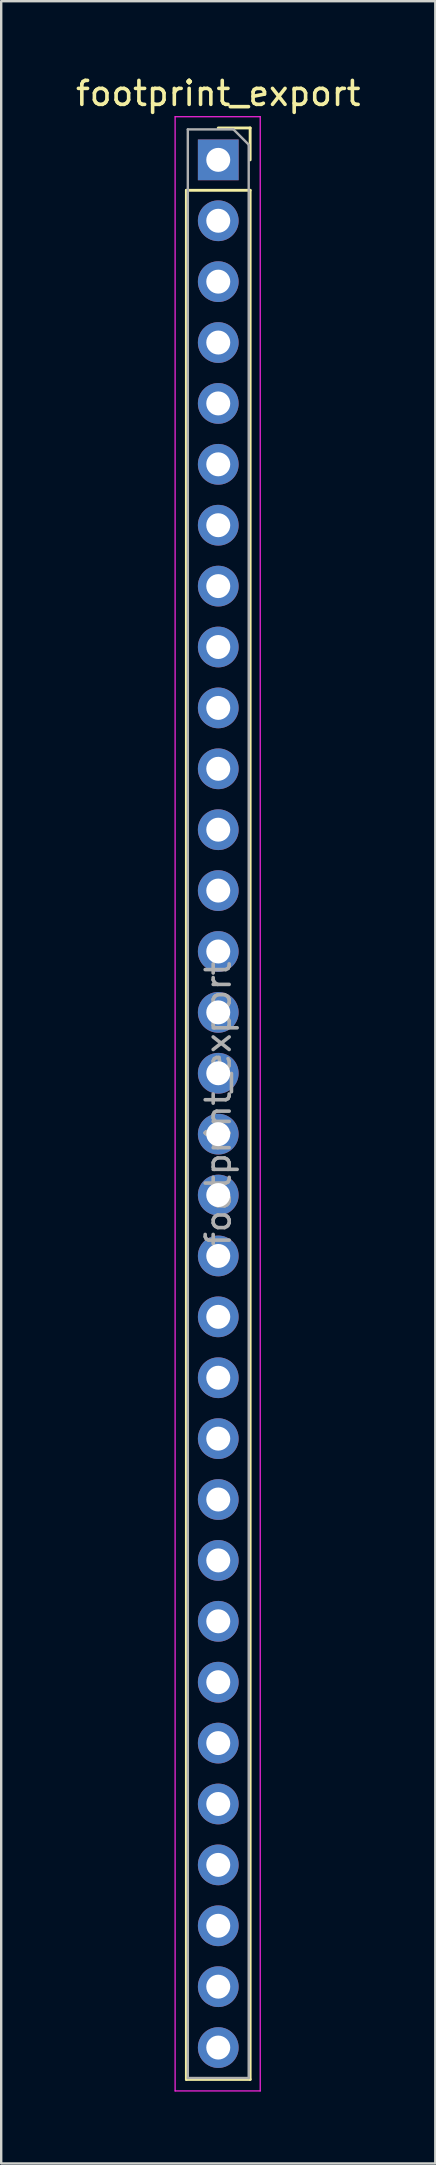
<source format=kicad_pcb>
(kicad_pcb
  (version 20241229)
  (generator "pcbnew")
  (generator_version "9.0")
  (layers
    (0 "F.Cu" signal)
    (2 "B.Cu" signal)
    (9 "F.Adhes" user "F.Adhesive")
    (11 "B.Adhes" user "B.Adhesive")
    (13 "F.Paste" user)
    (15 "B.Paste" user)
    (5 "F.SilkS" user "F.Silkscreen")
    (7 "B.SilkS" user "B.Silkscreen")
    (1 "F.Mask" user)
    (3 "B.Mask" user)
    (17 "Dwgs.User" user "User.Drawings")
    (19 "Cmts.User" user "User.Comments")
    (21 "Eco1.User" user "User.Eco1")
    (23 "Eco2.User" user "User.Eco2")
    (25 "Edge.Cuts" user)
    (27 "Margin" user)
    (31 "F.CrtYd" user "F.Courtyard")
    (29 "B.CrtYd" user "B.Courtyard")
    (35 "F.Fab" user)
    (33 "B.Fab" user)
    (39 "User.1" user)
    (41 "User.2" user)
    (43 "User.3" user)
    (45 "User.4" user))
  (footprint "footprint_export"
    (layer "F.Cu")
    (at 6.054 3.618)
    (property "Reference" "footprint_export" (at 0 -2.77 0) (layer "F.SilkS") (effects (font (size 1 1) (thickness 0.15))))
    (attr through_hole)
    (fp_line (start -1.33 1.27) (end -1.33 80.07) (stroke (width 0.12) (type solid)) (layer "F.SilkS"))
    (fp_line (start -1.33 1.27) (end 1.33 1.27) (stroke (width 0.12) (type solid)) (layer "F.SilkS"))
    (fp_line (start -1.33 80.07) (end 1.33 80.07) (stroke (width 0.12) (type solid)) (layer "F.SilkS"))
    (fp_line (start 0 -1.33) (end 1.33 -1.33) (stroke (width 0.12) (type solid)) (layer "F.SilkS"))
    (fp_line (start 1.33 -1.33) (end 1.33 0) (stroke (width 0.12) (type solid)) (layer "F.SilkS"))
    (fp_line (start 1.33 1.27) (end 1.33 80.07) (stroke (width 0.12) (type solid)) (layer "F.SilkS"))
    (fp_line (start -1.8 -1.8) (end 1.75 -1.8) (stroke (width 0.05) (type solid)) (layer "F.CrtYd"))
    (fp_line (start -1.8 80.55) (end -1.8 -1.8) (stroke (width 0.05) (type solid)) (layer "F.CrtYd"))
    (fp_line (start 1.75 -1.8) (end 1.75 80.55) (stroke (width 0.05) (type solid)) (layer "F.CrtYd"))
    (fp_line (start 1.75 80.55) (end -1.8 80.55) (stroke (width 0.05) (type solid)) (layer "F.CrtYd"))
    (fp_line (start -1.27 -1.27) (end 0.635 -1.27) (stroke (width 0.1) (type solid)) (layer "F.Fab"))
    (fp_line (start -1.27 80.01) (end -1.27 -1.27) (stroke (width 0.1) (type solid)) (layer "F.Fab"))
    (fp_line (start 0.635 -1.27) (end 1.27 -0.635) (stroke (width 0.1) (type solid)) (layer "F.Fab"))
    (fp_line (start 1.27 -0.635) (end 1.27 80.01) (stroke (width 0.1) (type solid)) (layer "F.Fab"))
    (fp_line (start 1.27 80.01) (end -1.27 80.01) (stroke (width 0.1) (type solid)) (layer "F.Fab"))
    (fp_text user "${REFERENCE}" (at 0 39.37 90) (layer "F.Fab") (effects (font (size 1 1) (thickness 0.15))))
    (pad "1" thru_hole rect (at 0 0) (size 1.7 1.7) (drill 1) (layers "*.Cu" "*.Mask"))
    (pad "2" thru_hole oval (at 0 2.54) (size 1.7 1.7) (drill 1) (layers "*.Cu" "*.Mask"))
    (pad "3" thru_hole oval (at 0 5.08) (size 1.7 1.7) (drill 1) (layers "*.Cu" "*.Mask"))
    (pad "4" thru_hole oval (at 0 7.62) (size 1.7 1.7) (drill 1) (layers "*.Cu" "*.Mask"))
    (pad "5" thru_hole oval (at 0 10.16) (size 1.7 1.7) (drill 1) (layers "*.Cu" "*.Mask"))
    (pad "6" thru_hole oval (at 0 12.7) (size 1.7 1.7) (drill 1) (layers "*.Cu" "*.Mask"))
    (pad "7" thru_hole oval (at 0 15.24) (size 1.7 1.7) (drill 1) (layers "*.Cu" "*.Mask"))
    (pad "8" thru_hole oval (at 0 17.78) (size 1.7 1.7) (drill 1) (layers "*.Cu" "*.Mask"))
    (pad "9" thru_hole oval (at 0 20.32) (size 1.7 1.7) (drill 1) (layers "*.Cu" "*.Mask"))
    (pad "10" thru_hole oval (at 0 22.86) (size 1.7 1.7) (drill 1) (layers "*.Cu" "*.Mask"))
    (pad "11" thru_hole oval (at 0 25.4) (size 1.7 1.7) (drill 1) (layers "*.Cu" "*.Mask"))
    (pad "12" thru_hole oval (at 0 27.94) (size 1.7 1.7) (drill 1) (layers "*.Cu" "*.Mask"))
    (pad "13" thru_hole oval (at 0 30.48) (size 1.7 1.7) (drill 1) (layers "*.Cu" "*.Mask"))
    (pad "14" thru_hole oval (at 0 33.02) (size 1.7 1.7) (drill 1) (layers "*.Cu" "*.Mask"))
    (pad "15" thru_hole oval (at 0 35.56) (size 1.7 1.7) (drill 1) (layers "*.Cu" "*.Mask"))
    (pad "16" thru_hole oval (at 0 38.1) (size 1.7 1.7) (drill 1) (layers "*.Cu" "*.Mask"))
    (pad "17" thru_hole oval (at 0 40.64) (size 1.7 1.7) (drill 1) (layers "*.Cu" "*.Mask"))
    (pad "18" thru_hole oval (at 0 43.18) (size 1.7 1.7) (drill 1) (layers "*.Cu" "*.Mask"))
    (pad "19" thru_hole oval (at 0 45.72) (size 1.7 1.7) (drill 1) (layers "*.Cu" "*.Mask"))
    (pad "20" thru_hole oval (at 0 48.26) (size 1.7 1.7) (drill 1) (layers "*.Cu" "*.Mask"))
    (pad "21" thru_hole oval (at 0 50.8) (size 1.7 1.7) (drill 1) (layers "*.Cu" "*.Mask"))
    (pad "22" thru_hole oval (at 0 53.34) (size 1.7 1.7) (drill 1) (layers "*.Cu" "*.Mask"))
    (pad "23" thru_hole oval (at 0 55.88) (size 1.7 1.7) (drill 1) (layers "*.Cu" "*.Mask"))
    (pad "24" thru_hole oval (at 0 58.42) (size 1.7 1.7) (drill 1) (layers "*.Cu" "*.Mask"))
    (pad "25" thru_hole oval (at 0 60.96) (size 1.7 1.7) (drill 1) (layers "*.Cu" "*.Mask"))
    (pad "26" thru_hole oval (at 0 63.5) (size 1.7 1.7) (drill 1) (layers "*.Cu" "*.Mask"))
    (pad "27" thru_hole oval (at 0 66.04) (size 1.7 1.7) (drill 1) (layers "*.Cu" "*.Mask"))
    (pad "28" thru_hole oval (at 0 68.58) (size 1.7 1.7) (drill 1) (layers "*.Cu" "*.Mask"))
    (pad "29" thru_hole oval (at 0 71.12) (size 1.7 1.7) (drill 1) (layers "*.Cu" "*.Mask"))
    (pad "30" thru_hole oval (at 0 73.66) (size 1.7 1.7) (drill 1) (layers "*.Cu" "*.Mask"))
    (pad "31" thru_hole oval (at 0 76.2) (size 1.7 1.7) (drill 1) (layers "*.Cu" "*.Mask"))
    (pad "32" thru_hole oval (at 0 78.74) (size 1.7 1.7) (drill 1) (layers "*.Cu" "*.Mask")))
  (gr_rect
    (start -3 -3)
    (end 15.107 87.193)
    (stroke (width 0.1) (type default))
    (fill no)
    (layer "Edge.Cuts")))
</source>
